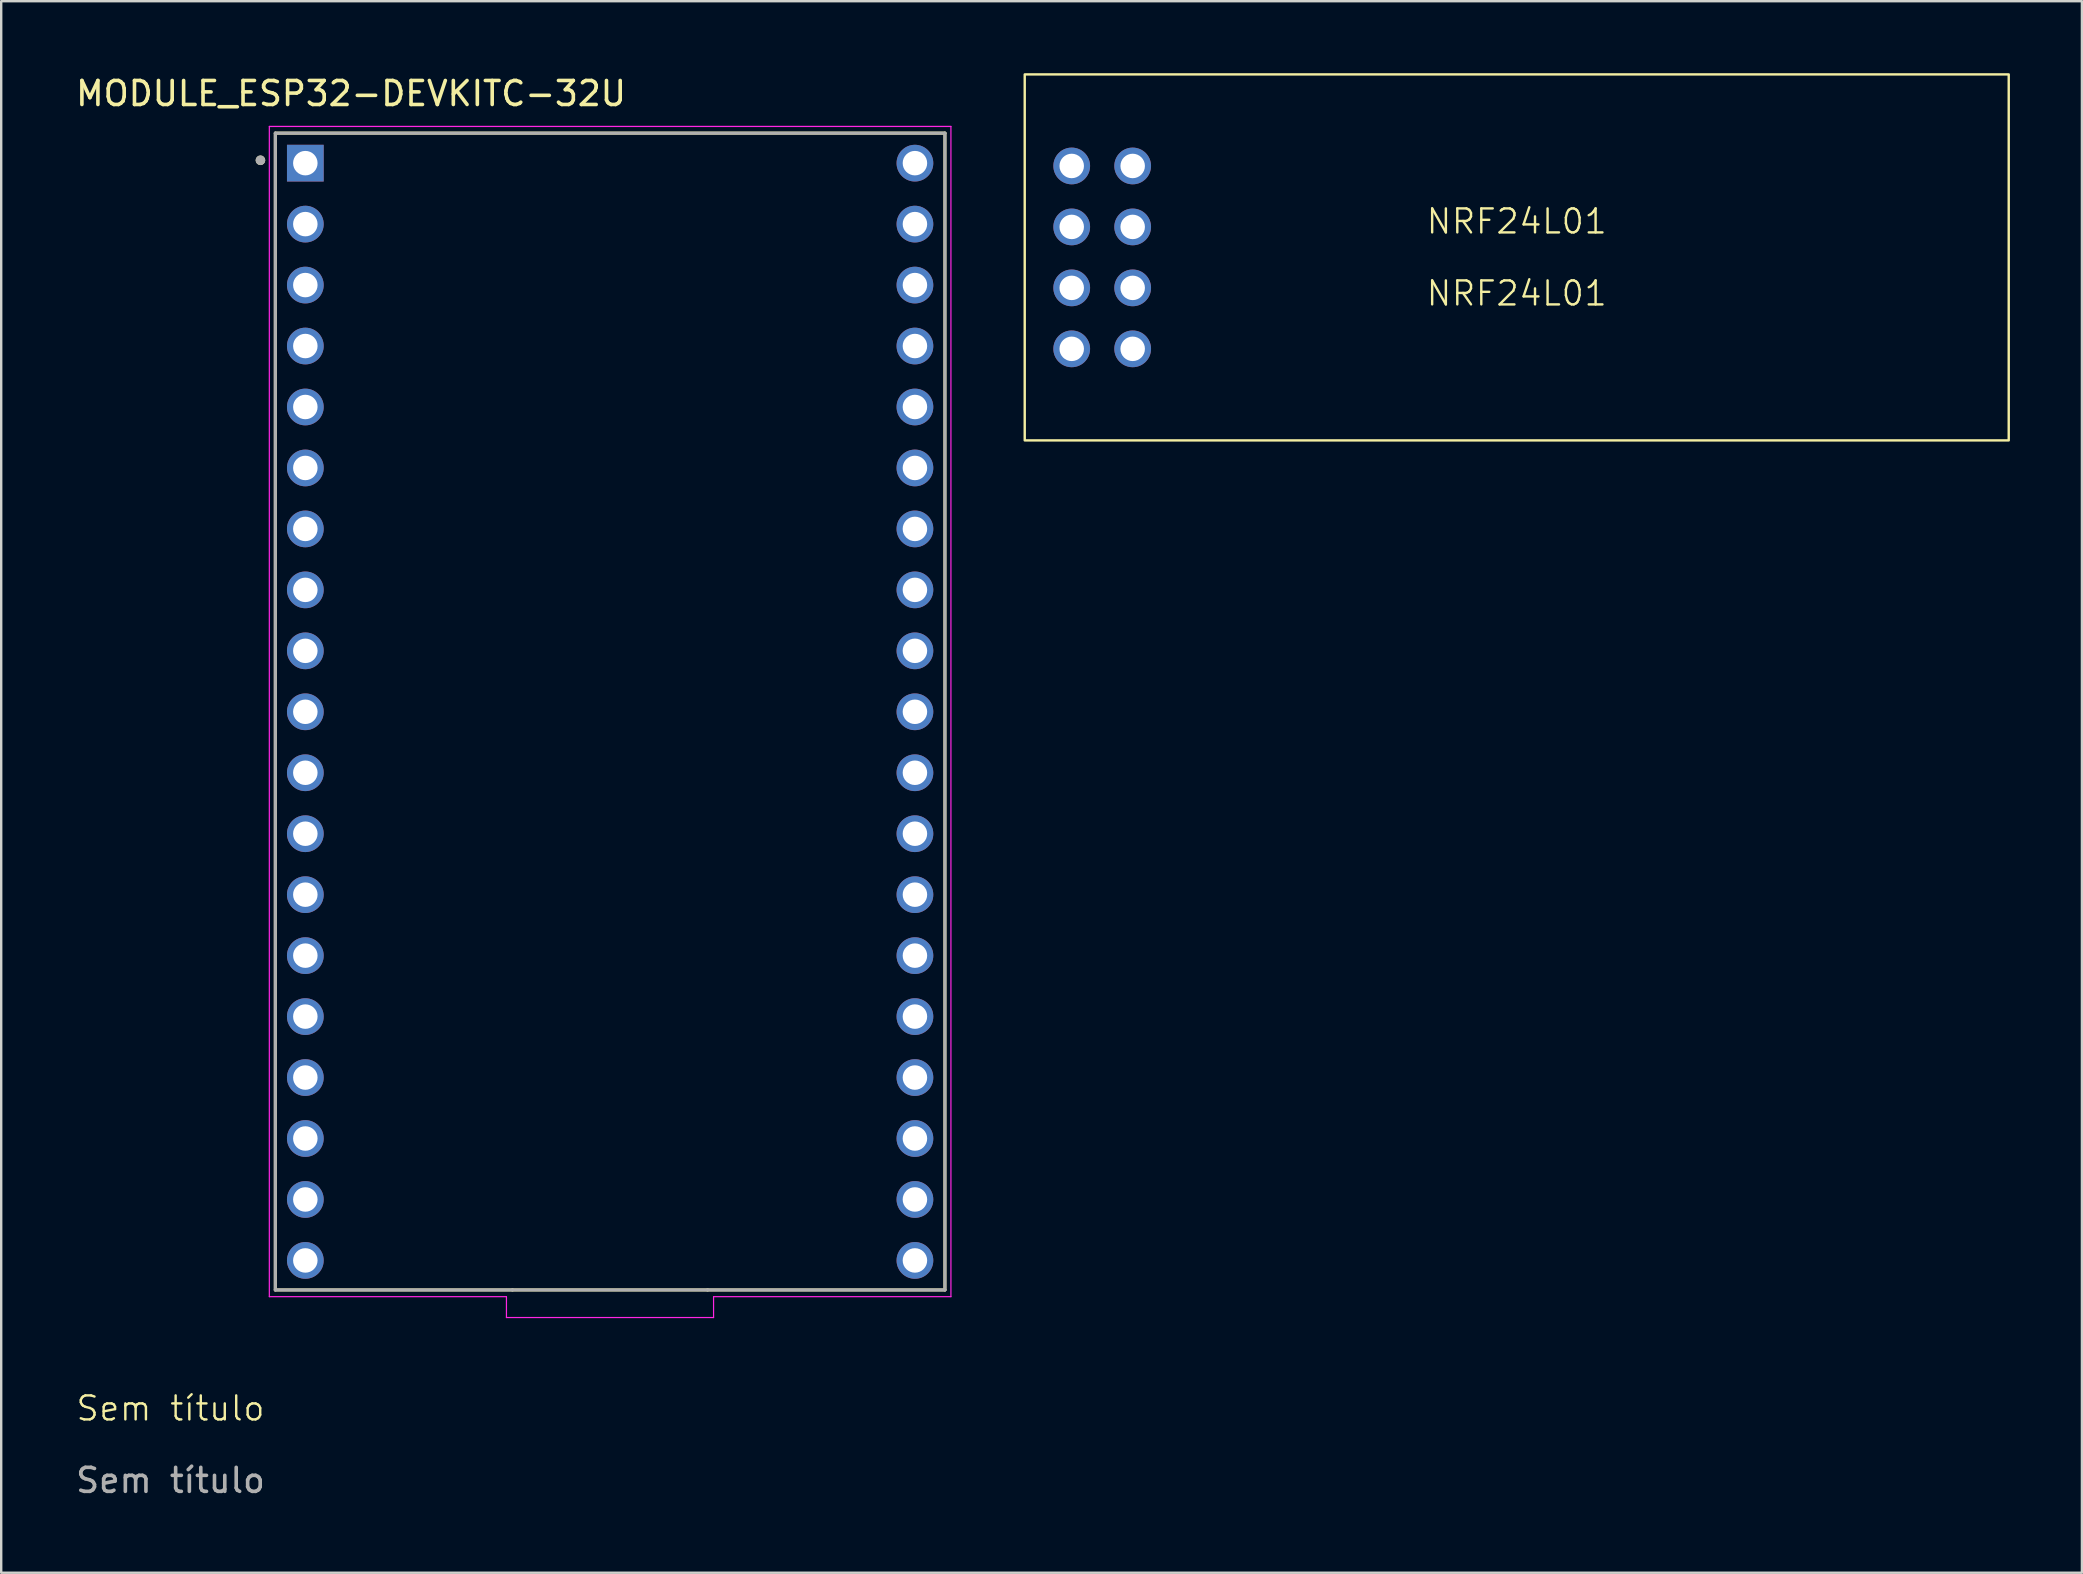
<source format=kicad_pcb>
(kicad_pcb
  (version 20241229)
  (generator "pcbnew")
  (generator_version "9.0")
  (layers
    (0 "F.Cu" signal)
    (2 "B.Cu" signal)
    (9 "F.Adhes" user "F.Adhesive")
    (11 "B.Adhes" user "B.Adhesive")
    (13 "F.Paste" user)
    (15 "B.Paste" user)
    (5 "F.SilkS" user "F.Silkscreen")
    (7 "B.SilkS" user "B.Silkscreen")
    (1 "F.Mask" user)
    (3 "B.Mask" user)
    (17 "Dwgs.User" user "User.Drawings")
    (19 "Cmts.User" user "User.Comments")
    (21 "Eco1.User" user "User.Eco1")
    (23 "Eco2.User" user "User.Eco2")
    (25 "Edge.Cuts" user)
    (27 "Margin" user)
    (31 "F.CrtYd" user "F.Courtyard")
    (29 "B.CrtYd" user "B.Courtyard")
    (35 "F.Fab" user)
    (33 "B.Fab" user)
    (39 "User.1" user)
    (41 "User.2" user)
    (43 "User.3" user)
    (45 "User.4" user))
  (footprint "NRF24L01"
    (layer "F.Cu")
    (at 60.147 7.675)
    (property "Reference" "NRF24L01" (at 0 -1.5 0) (unlocked yes) (layer "F.SilkS") (effects (font (size 1 1) (thickness 0.1))))
    (attr through_hole)
    (fp_rect (start -20.5 -7.625) (end 20.5 7.625) (stroke (width 0.1) (type solid)) (fill no) (layer "F.SilkS"))
    (fp_text user "${REFERENCE}" (at 0 1.5 0) (unlocked yes) (layer "F.SilkS") (effects (font (size 1 1) (thickness 0.1))))
    (pad "1" thru_hole circle (at -18.542 -3.81) (size 1.53 1.53) (drill 1.02) (layers "*.Cu" "*.Mask"))
    (pad "2" thru_hole circle (at -18.542 -1.27) (size 1.53 1.53) (drill 1.02) (layers "*.Cu" "*.Mask"))
    (pad "3" thru_hole circle (at -18.542 1.27) (size 1.53 1.53) (drill 1.02) (layers "*.Cu" "*.Mask"))
    (pad "4" thru_hole circle (at -18.542 3.81) (size 1.53 1.53) (drill 1.02) (layers "*.Cu" "*.Mask"))
    (pad "5" thru_hole circle (at -16.002 -3.81) (size 1.53 1.53) (drill 1.02) (layers "*.Cu" "*.Mask"))
    (pad "6" thru_hole circle (at -16.002 -1.27) (size 1.53 1.53) (drill 1.02) (layers "*.Cu" "*.Mask"))
    (pad "7" thru_hole circle (at -16.002 1.27) (size 1.53 1.53) (drill 1.02) (layers "*.Cu" "*.Mask"))
    (pad "8" thru_hole circle (at -16.002 3.81) (size 1.53 1.53) (drill 1.02) (layers "*.Cu" "*.Mask")))
  (footprint "MODULE_ESP32-DEVKITC-32U"
    (layer "F.Cu")
    (at 22.372 26.598)
    (property "Reference" "MODULE_ESP32-DEVKITC-32U" (at -10.795 -25.75 0) (layer "F.SilkS") (effects (font (size 1 1) (thickness 0.15))))
    (attr through_hole)
    (fp_line (start -13.95 -24.1) (end -13.95 24.1) (stroke (width 0.127) (type solid)) (layer "F.SilkS"))
    (fp_line (start -13.95 24.1) (end -4.07 24.1) (stroke (width 0.127) (type solid)) (layer "F.SilkS"))
    (fp_line (start -4.07 24.1) (end 4.06 24.1) (stroke (width 0.127) (type solid)) (layer "F.SilkS"))
    (fp_line (start 4.06 24.1) (end 13.95 24.1) (stroke (width 0.127) (type solid)) (layer "F.SilkS"))
    (fp_line (start 13.95 -24.1) (end -13.95 -24.1) (stroke (width 0.127) (type solid)) (layer "F.SilkS"))
    (fp_line (start 13.95 24.1) (end 13.95 -24.1) (stroke (width 0.127) (type solid)) (layer "F.SilkS"))
    (fp_circle (center -14.57 -22.97) (end -14.47 -22.97) (stroke (width 0.2) (type solid)) (fill no) (layer "F.SilkS"))
    (fp_line (start -14.2 -24.38) (end -14.2 24.38) (stroke (width 0.05) (type solid)) (layer "F.CrtYd"))
    (fp_line (start -14.2 -24.38) (end 14.2 -24.38) (stroke (width 0.05) (type solid)) (layer "F.CrtYd"))
    (fp_line (start -14.2 24.38) (end -4.32 24.38) (stroke (width 0.05) (type solid)) (layer "F.CrtYd"))
    (fp_line (start -4.32 24.38) (end -4.32 25.25) (stroke (width 0.05) (type solid)) (layer "F.CrtYd"))
    (fp_line (start -4.32 25.25) (end 4.31 25.25) (stroke (width 0.05) (type solid)) (layer "F.CrtYd"))
    (fp_line (start 4.31 24.38) (end 14.2 24.38) (stroke (width 0.05) (type solid)) (layer "F.CrtYd"))
    (fp_line (start 4.31 25.25) (end 4.31 24.38) (stroke (width 0.05) (type solid)) (layer "F.CrtYd"))
    (fp_line (start 14.2 24.38) (end 14.2 -24.38) (stroke (width 0.05) (type solid)) (layer "F.CrtYd"))
    (fp_line (start -13.95 -24.1) (end -13.95 24.1) (stroke (width 0.127) (type solid)) (layer "F.Fab"))
    (fp_line (start -13.95 24.1) (end -4.07 24.1) (stroke (width 0.127) (type solid)) (layer "F.Fab"))
    (fp_line (start -4.07 24.1) (end 4.06 24.1) (stroke (width 0.127) (type solid)) (layer "F.Fab"))
    (fp_line (start 4.06 24.1) (end 13.95 24.1) (stroke (width 0.127) (type solid)) (layer "F.Fab"))
    (fp_line (start 13.95 -24.1) (end -13.95 -24.1) (stroke (width 0.127) (type solid)) (layer "F.Fab"))
    (fp_line (start 13.95 24.1) (end 13.95 -24.1) (stroke (width 0.127) (type solid)) (layer "F.Fab"))
    (fp_circle (center -14.57 -22.97) (end -14.47 -22.97) (stroke (width 0.2) (type solid)) (fill no) (layer "F.Fab"))
    (pad "1" thru_hole rect (at -12.7 -22.85) (size 1.53 1.53) (drill 1.02) (layers "*.Cu" "*.Mask"))
    (pad "2" thru_hole circle (at -12.7 -20.31) (size 1.53 1.53) (drill 1.02) (layers "*.Cu" "*.Mask"))
    (pad "3" thru_hole circle (at -12.7 -17.77) (size 1.53 1.53) (drill 1.02) (layers "*.Cu" "*.Mask"))
    (pad "4" thru_hole circle (at -12.7 -15.23) (size 1.53 1.53) (drill 1.02) (layers "*.Cu" "*.Mask"))
    (pad "5" thru_hole circle (at -12.7 -12.69) (size 1.53 1.53) (drill 1.02) (layers "*.Cu" "*.Mask"))
    (pad "6" thru_hole circle (at -12.7 -10.15) (size 1.53 1.53) (drill 1.02) (layers "*.Cu" "*.Mask"))
    (pad "7" thru_hole circle (at -12.7 -7.61) (size 1.53 1.53) (drill 1.02) (layers "*.Cu" "*.Mask"))
    (pad "8" thru_hole circle (at -12.7 -5.07) (size 1.53 1.53) (drill 1.02) (layers "*.Cu" "*.Mask"))
    (pad "9" thru_hole circle (at -12.7 -2.53) (size 1.53 1.53) (drill 1.02) (layers "*.Cu" "*.Mask"))
    (pad "10" thru_hole circle (at -12.7 0.01) (size 1.53 1.53) (drill 1.02) (layers "*.Cu" "*.Mask"))
    (pad "11" thru_hole circle (at -12.7 2.55) (size 1.53 1.53) (drill 1.02) (layers "*.Cu" "*.Mask"))
    (pad "12" thru_hole circle (at -12.7 5.09) (size 1.53 1.53) (drill 1.02) (layers "*.Cu" "*.Mask"))
    (pad "13" thru_hole circle (at -12.7 7.63) (size 1.53 1.53) (drill 1.02) (layers "*.Cu" "*.Mask"))
    (pad "14" thru_hole circle (at -12.7 10.17) (size 1.53 1.53) (drill 1.02) (layers "*.Cu" "*.Mask"))
    (pad "15" thru_hole circle (at -12.7 12.71) (size 1.53 1.53) (drill 1.02) (layers "*.Cu" "*.Mask"))
    (pad "16" thru_hole circle (at -12.7 15.25) (size 1.53 1.53) (drill 1.02) (layers "*.Cu" "*.Mask"))
    (pad "17" thru_hole circle (at -12.7 17.79) (size 1.53 1.53) (drill 1.02) (layers "*.Cu" "*.Mask"))
    (pad "18" thru_hole circle (at -12.7 20.33) (size 1.53 1.53) (drill 1.02) (layers "*.Cu" "*.Mask"))
    (pad "19" thru_hole circle (at -12.7 22.87) (size 1.53 1.53) (drill 1.02) (layers "*.Cu" "*.Mask"))
    (pad "20" thru_hole circle (at 12.7 22.87) (size 1.53 1.53) (drill 1.02) (layers "*.Cu" "*.Mask"))
    (pad "21" thru_hole circle (at 12.7 20.33) (size 1.53 1.53) (drill 1.02) (layers "*.Cu" "*.Mask"))
    (pad "22" thru_hole circle (at 12.7 17.79) (size 1.53 1.53) (drill 1.02) (layers "*.Cu" "*.Mask"))
    (pad "23" thru_hole circle (at 12.7 15.25) (size 1.53 1.53) (drill 1.02) (layers "*.Cu" "*.Mask"))
    (pad "24" thru_hole circle (at 12.7 12.71) (size 1.53 1.53) (drill 1.02) (layers "*.Cu" "*.Mask"))
    (pad "25" thru_hole circle (at 12.7 10.17) (size 1.53 1.53) (drill 1.02) (layers "*.Cu" "*.Mask"))
    (pad "26" thru_hole circle (at 12.7 7.63) (size 1.53 1.53) (drill 1.02) (layers "*.Cu" "*.Mask"))
    (pad "27" thru_hole circle (at 12.7 5.09) (size 1.53 1.53) (drill 1.02) (layers "*.Cu" "*.Mask"))
    (pad "28" thru_hole circle (at 12.7 2.55) (size 1.53 1.53) (drill 1.02) (layers "*.Cu" "*.Mask"))
    (pad "29" thru_hole circle (at 12.7 0.01) (size 1.53 1.53) (drill 1.02) (layers "*.Cu" "*.Mask"))
    (pad "30" thru_hole circle (at 12.7 -2.53) (size 1.53 1.53) (drill 1.02) (layers "*.Cu" "*.Mask"))
    (pad "31" thru_hole circle (at 12.7 -5.07) (size 1.53 1.53) (drill 1.02) (layers "*.Cu" "*.Mask"))
    (pad "32" thru_hole circle (at 12.7 -7.61) (size 1.53 1.53) (drill 1.02) (layers "*.Cu" "*.Mask"))
    (pad "33" thru_hole circle (at 12.7 -10.15) (size 1.53 1.53) (drill 1.02) (layers "*.Cu" "*.Mask"))
    (pad "34" thru_hole circle (at 12.7 -12.69) (size 1.53 1.53) (drill 1.02) (layers "*.Cu" "*.Mask"))
    (pad "35" thru_hole circle (at 12.7 -15.23) (size 1.53 1.53) (drill 1.02) (layers "*.Cu" "*.Mask"))
    (pad "36" thru_hole circle (at 12.7 -17.77) (size 1.53 1.53) (drill 1.02) (layers "*.Cu" "*.Mask"))
    (pad "37" thru_hole circle (at 12.7 -20.31) (size 1.53 1.53) (drill 1.02) (layers "*.Cu" "*.Mask"))
    (pad "38" thru_hole circle (at 12.7 -22.85) (size 1.53 1.53) (drill 1.02) (layers "*.Cu" "*.Mask")))
  (footprint "Sem título"
    (layer "F.Cu")
    (at 4.054 56.134)
    (property "Reference" "Sem título" (at 0 -0.5 0) (unlocked yes) (layer "F.SilkS") (effects (font (size 1 1) (thickness 0.1))))
    (attr through_hole)
    (fp_text user "${REFERENCE}" (at 0 2.5 0) (unlocked yes) (layer "F.Fab") (effects (font (size 1 1) (thickness 0.15)))))
  (gr_rect
    (start -3 -3)
    (end 83.697 62.482)
    (stroke (width 0.1) (type default))
    (fill no)
    (layer "Edge.Cuts")))
</source>
